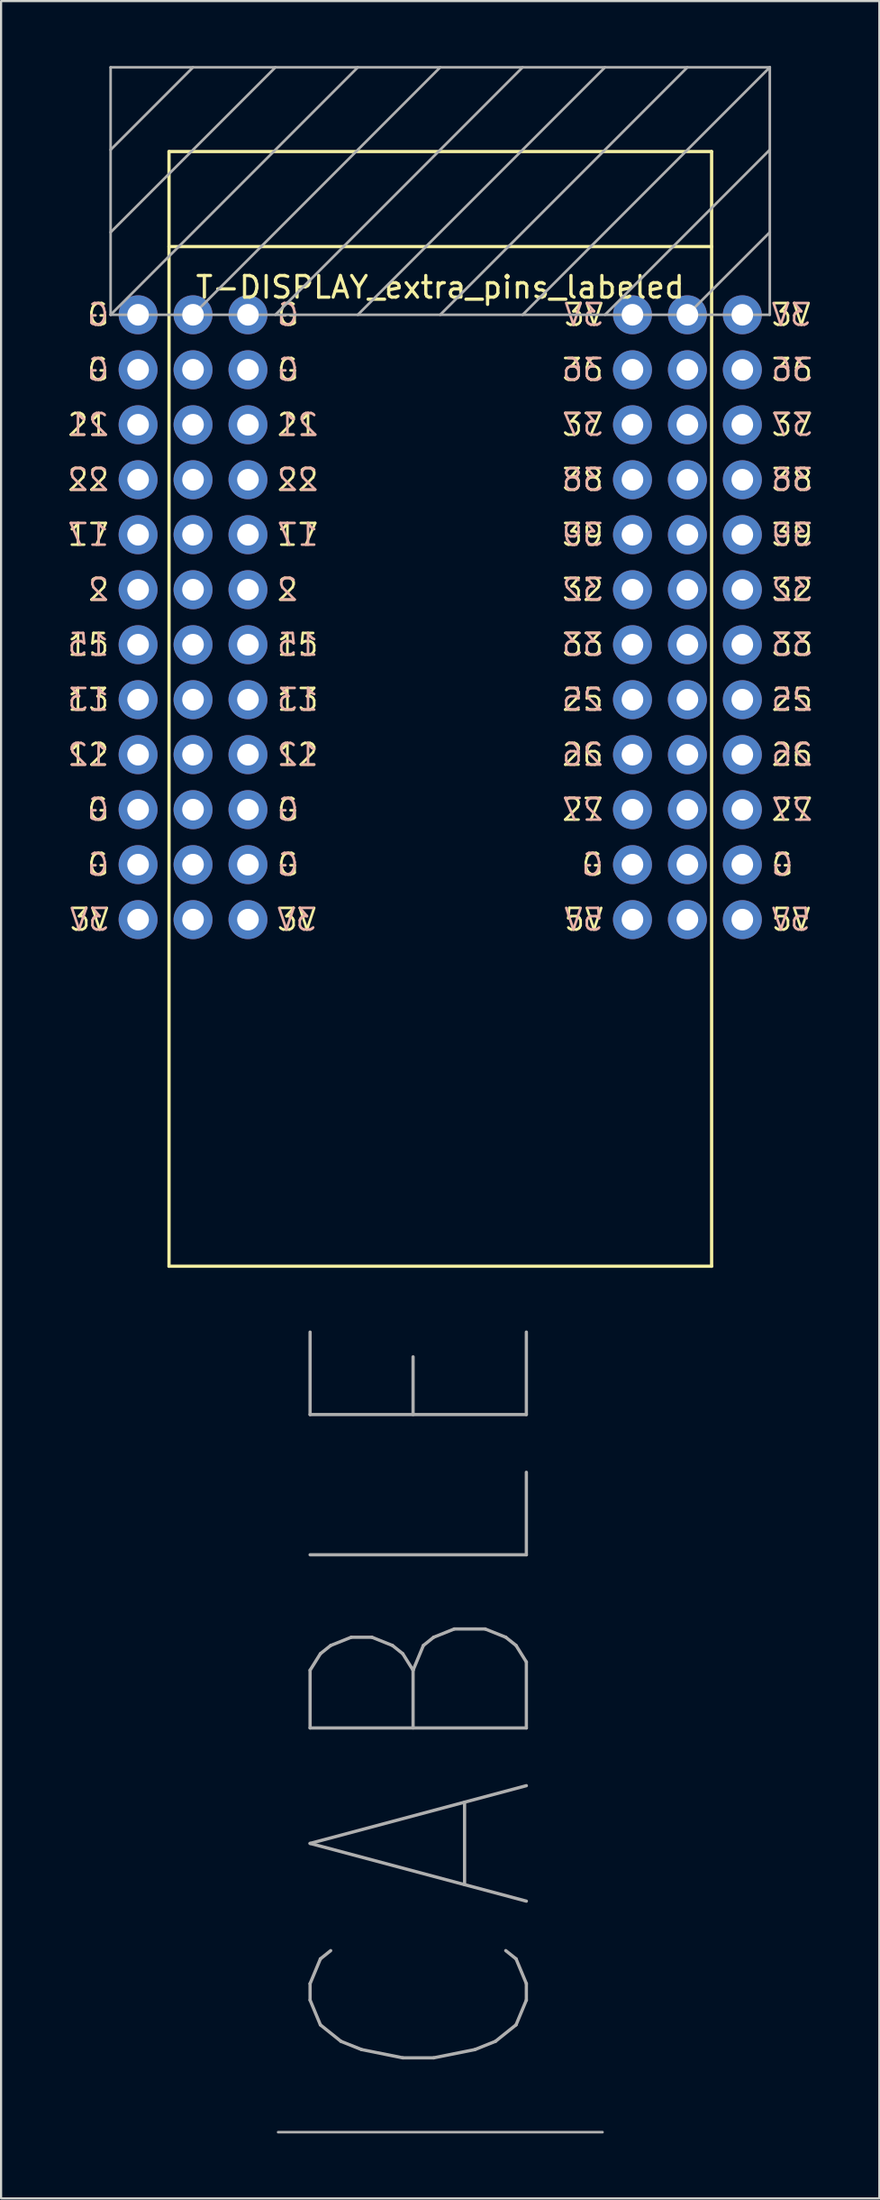
<source format=kicad_pcb>
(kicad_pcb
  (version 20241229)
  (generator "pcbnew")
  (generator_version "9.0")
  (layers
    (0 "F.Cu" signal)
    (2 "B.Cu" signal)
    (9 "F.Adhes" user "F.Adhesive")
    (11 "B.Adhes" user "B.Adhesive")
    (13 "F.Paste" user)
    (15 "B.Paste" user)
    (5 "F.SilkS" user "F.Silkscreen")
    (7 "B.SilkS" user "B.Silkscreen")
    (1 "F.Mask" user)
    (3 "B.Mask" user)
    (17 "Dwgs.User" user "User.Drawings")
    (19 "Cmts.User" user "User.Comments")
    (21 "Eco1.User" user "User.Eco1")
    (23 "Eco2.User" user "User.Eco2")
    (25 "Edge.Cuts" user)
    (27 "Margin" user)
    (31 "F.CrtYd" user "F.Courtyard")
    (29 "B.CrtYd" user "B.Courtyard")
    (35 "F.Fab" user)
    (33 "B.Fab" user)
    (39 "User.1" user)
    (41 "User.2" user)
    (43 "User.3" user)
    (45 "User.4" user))
  (footprint "T-DISPLAY_extra_pins_labeled"
    (layer "F.Cu")
    (at 5.875 11.49)
    (property "Reference" "T-DISPLAY_extra_pins_labeled" (at 11.43 -1.27 0) (layer "F.SilkS") (effects (font (size 1 1) (thickness 0.15))))
    (attr through_hole)
    (fp_line (start -1.11 -7.54) (end -1.11 43.95) (stroke (width 0.15) (type solid)) (layer "F.SilkS"))
    (fp_line (start -1.11 -7.54) (end 23.98 -7.54) (stroke (width 0.15) (type solid)) (layer "F.SilkS"))
    (fp_line (start -1.11 -3.15) (end 23.98 -3.15) (stroke (width 0.15) (type solid)) (layer "F.SilkS"))
    (fp_line (start -1.11 43.95) (end 23.98 43.95) (stroke (width 0.15) (type solid)) (layer "F.SilkS"))
    (fp_line (start 23.98 -7.54) (end 23.98 43.95) (stroke (width 0.15) (type solid)) (layer "F.SilkS"))
    (fp_line (start -3.81 -11.43) (end 26.67 -11.43) (stroke (width 0.12) (type solid)) (layer "F.Fab"))
    (fp_line (start -3.81 -7.62) (end 0 -11.43) (stroke (width 0.12) (type solid)) (layer "F.Fab"))
    (fp_line (start -3.81 -3.81) (end 3.81 -11.43) (stroke (width 0.12) (type solid)) (layer "F.Fab"))
    (fp_line (start -3.81 0) (end -3.81 -11.43) (stroke (width 0.12) (type solid)) (layer "F.Fab"))
    (fp_line (start -3.81 0) (end 7.62 -11.43) (stroke (width 0.12) (type solid)) (layer "F.Fab"))
    (fp_line (start 0 0) (end 11.43 -11.43) (stroke (width 0.12) (type solid)) (layer "F.Fab"))
    (fp_line (start 3.81 0) (end 15.24 -11.43) (stroke (width 0.12) (type solid)) (layer "F.Fab"))
    (fp_line (start 3.935 83.95) (end 18.935 83.95) (stroke (width 0.12) (type solid)) (layer "F.Fab"))
    (fp_line (start 7.62 0) (end 19.05 -11.43) (stroke (width 0.12) (type solid)) (layer "F.Fab"))
    (fp_line (start 15.24 0) (end 26.67 -11.43) (stroke (width 0.12) (type solid)) (layer "F.Fab"))
    (fp_line (start 19.05 0) (end 26.67 -7.62) (stroke (width 0.12) (type solid)) (layer "F.Fab"))
    (fp_line (start 22.86 -11.43) (end 11.43 0) (stroke (width 0.12) (type solid)) (layer "F.Fab"))
    (fp_line (start 22.86 0) (end 26.67 -3.81) (stroke (width 0.12) (type solid)) (layer "F.Fab"))
    (fp_line (start 26.67 -11.43) (end 26.67 0) (stroke (width 0.12) (type solid)) (layer "F.Fab"))
    (fp_line (start 26.67 0) (end -3.81 0) (stroke (width 0.12) (type solid)) (layer "F.Fab"))
    (fp_text user "3V" (at 19.05 0 0) (layer "F.SilkS") (effects (font (size 1 1) (thickness 0.12)) (justify right)))
    (fp_text user "36" (at 19.05 2.54 0) (layer "F.SilkS") (effects (font (size 1 1) (thickness 0.12)) (justify right)))
    (fp_text user "22" (at -3.81 7.62 0) (layer "F.SilkS") (effects (font (size 1 1) (thickness 0.12)) (justify right)))
    (fp_text user "33" (at 19.05 15.24 0) (layer "F.SilkS") (effects (font (size 1 1) (thickness 0.12)) (justify right)))
    (fp_text user "G" (at 3.81 25.4 0) (layer "F.SilkS") (effects (font (size 1 1) (thickness 0.12)) (justify left)))
    (fp_text user "3V" (at -3.81 27.94 0) (layer "F.SilkS") (effects (font (size 1 1) (thickness 0.12)) (justify right)))
    (fp_text user "15" (at -3.81 15.24 0) (layer "F.SilkS") (effects (font (size 1 1) (thickness 0.12)) (justify right)))
    (fp_text user "G" (at -3.81 2.54 0) (layer "F.SilkS") (effects (font (size 1 1) (thickness 0.12)) (justify right)))
    (fp_text user "26" (at 26.67 20.32 0) (layer "F.SilkS") (effects (font (size 1 1) (thickness 0.12)) (justify left)))
    (fp_text user "36" (at 26.67 2.54 0) (layer "F.SilkS") (effects (font (size 1 1) (thickness 0.12)) (justify left)))
    (fp_text user "22" (at 3.81 7.62 0) (layer "F.SilkS") (effects (font (size 1 1) (thickness 0.12)) (justify left)))
    (fp_text user "2" (at 3.81 12.7 0) (layer "F.SilkS") (effects (font (size 1 1) (thickness 0.12)) (justify left)))
    (fp_text user "G" (at 26.67 25.4 0) (layer "F.SilkS") (effects (font (size 1 1) (thickness 0.12)) (justify left)))
    (fp_text user "3V" (at 26.67 0 0) (layer "F.SilkS") (effects (font (size 1 1) (thickness 0.12)) (justify left)))
    (fp_text user "27" (at 19.05 22.86 0) (layer "F.SilkS") (effects (font (size 1 1) (thickness 0.12)) (justify right)))
    (fp_text user "12" (at -3.81 20.32 0) (layer "F.SilkS") (effects (font (size 1 1) (thickness 0.12)) (justify right)))
    (fp_text user "39" (at 19.05 10.16 0) (layer "F.SilkS") (effects (font (size 1 1) (thickness 0.12)) (justify right)))
    (fp_text user "G" (at 3.81 2.54 0) (layer "F.SilkS") (effects (font (size 1 1) (thickness 0.12)) (justify left)))
    (fp_text user "13" (at -3.81 17.78 0) (layer "F.SilkS") (effects (font (size 1 1) (thickness 0.12)) (justify right)))
    (fp_text user "27" (at 26.67 22.86 0) (layer "F.SilkS") (effects (font (size 1 1) (thickness 0.12)) (justify left)))
    (fp_text user "G" (at 19.05 25.4 0) (layer "F.SilkS") (effects (font (size 1 1) (thickness 0.12)) (justify right)))
    (fp_text user "25" (at 19.05 17.78 0) (layer "F.SilkS") (effects (font (size 1 1) (thickness 0.12)) (justify right)))
    (fp_text user "38" (at 26.67 7.62 0) (layer "F.SilkS") (effects (font (size 1 1) (thickness 0.12)) (justify left)))
    (fp_text user "21" (at -3.81 5.08 0) (layer "F.SilkS") (effects (font (size 1 1) (thickness 0.12)) (justify right)))
    (fp_text user "17" (at 3.81 10.16 0) (layer "F.SilkS") (effects (font (size 1 1) (thickness 0.12)) (justify left)))
    (fp_text user "15" (at 3.81 15.24 0) (layer "F.SilkS") (effects (font (size 1 1) (thickness 0.12)) (justify left)))
    (fp_text user "39" (at 26.67 10.16 0) (layer "F.SilkS") (effects (font (size 1 1) (thickness 0.12)) (justify left)))
    (fp_text user "38" (at 19.05 7.62 0) (layer "F.SilkS") (effects (font (size 1 1) (thickness 0.12)) (justify right)))
    (fp_text user "G" (at -3.81 25.4 0) (layer "F.SilkS") (effects (font (size 1 1) (thickness 0.12)) (justify right)))
    (fp_text user "2" (at -3.81 12.7 0) (layer "F.SilkS") (effects (font (size 1 1) (thickness 0.12)) (justify right)))
    (fp_text user "3V" (at 3.81 27.94 0) (layer "F.SilkS") (effects (font (size 1 1) (thickness 0.12)) (justify left)))
    (fp_text user "5V" (at 26.67 27.94 0) (layer "F.SilkS") (effects (font (size 1 1) (thickness 0.12)) (justify left)))
    (fp_text user "26" (at 19.05 20.32 0) (layer "F.SilkS") (effects (font (size 1 1) (thickness 0.12)) (justify right)))
    (fp_text user "G" (at -3.81 22.86 0) (layer "F.SilkS") (effects (font (size 1 1) (thickness 0.12)) (justify right)))
    (fp_text user "33" (at 26.67 15.24 0) (layer "F.SilkS") (effects (font (size 1 1) (thickness 0.12)) (justify left)))
    (fp_text user "G" (at 3.81 22.86 0) (layer "F.SilkS") (effects (font (size 1 1) (thickness 0.12)) (justify left)))
    (fp_text user "21" (at 3.81 5.08 0) (layer "F.SilkS") (effects (font (size 1 1) (thickness 0.12)) (justify left)))
    (fp_text user "12" (at 3.81 20.32 0) (layer "F.SilkS") (effects (font (size 1 1) (thickness 0.12)) (justify left)))
    (fp_text user "5V" (at 19.05 27.94 0) (layer "F.SilkS") (effects (font (size 1 1) (thickness 0.12)) (justify right)))
    (fp_text user "G" (at 3.81 0 0) (layer "F.SilkS") (effects (font (size 1 1) (thickness 0.12)) (justify left)))
    (fp_text user "37" (at 19.05 5.08 0) (layer "F.SilkS") (effects (font (size 1 1) (thickness 0.12)) (justify right)))
    (fp_text user "17" (at -3.81 10.16 0) (layer "F.SilkS") (effects (font (size 1 1) (thickness 0.12)) (justify right)))
    (fp_text user "32" (at 19.05 12.7 0) (layer "F.SilkS") (effects (font (size 1 1) (thickness 0.12)) (justify right)))
    (fp_text user "G" (at -3.81 0 0) (layer "F.SilkS") (effects (font (size 1 1) (thickness 0.12)) (justify right)))
    (fp_text user "25" (at 26.67 17.78 0) (layer "F.SilkS") (effects (font (size 1 1) (thickness 0.12)) (justify left)))
    (fp_text user "32" (at 26.67 12.7 0) (layer "F.SilkS") (effects (font (size 1 1) (thickness 0.12)) (justify left)))
    (fp_text user "13" (at 3.81 17.78 0) (layer "F.SilkS") (effects (font (size 1 1) (thickness 0.12)) (justify left)))
    (fp_text user "37" (at 26.67 5.08 0) (layer "F.SilkS") (effects (font (size 1 1) (thickness 0.12)) (justify left)))
    (fp_text user "15" (at -3.81 15.24 0) (layer "B.SilkS") (effects (font (size 1 1) (thickness 0.12)) (justify left mirror)))
    (fp_text user "15" (at 3.81 15.24 0) (layer "B.SilkS") (effects (font (size 1 1) (thickness 0.12)) (justify right mirror)))
    (fp_text user "26" (at 26.67 20.32 0) (layer "B.SilkS") (effects (font (size 1 1) (thickness 0.12)) (justify right mirror)))
    (fp_text user "33" (at 19.05 15.24 0) (layer "B.SilkS") (effects (font (size 1 1) (thickness 0.12)) (justify left mirror)))
    (fp_text user "3V" (at 3.81 27.94 0) (layer "B.SilkS") (effects (font (size 1 1) (thickness 0.12)) (justify right mirror)))
    (fp_text user "G" (at -3.81 25.4 0) (layer "B.SilkS") (effects (font (size 1 1) (thickness 0.12)) (justify left mirror)))
    (fp_text user "21" (at -3.81 5.08 0) (layer "B.SilkS") (effects (font (size 1 1) (thickness 0.12)) (justify left mirror)))
    (fp_text user "G" (at -3.81 0 0) (layer "B.SilkS") (effects (font (size 1 1) (thickness 0.12)) (justify left mirror)))
    (fp_text user "2" (at -3.81 12.7 0) (layer "B.SilkS") (effects (font (size 1 1) (thickness 0.12)) (justify left mirror)))
    (fp_text user "2" (at 3.81 12.7 0) (layer "B.SilkS") (effects (font (size 1 1) (thickness 0.12)) (justify right mirror)))
    (fp_text user "13" (at -3.81 17.78 0) (layer "B.SilkS") (effects (font (size 1 1) (thickness 0.12)) (justify left mirror)))
    (fp_text user "27" (at 19.05 22.86 0) (layer "B.SilkS") (effects (font (size 1 1) (thickness 0.12)) (justify left mirror)))
    (fp_text user "3V" (at 26.67 0 0) (layer "B.SilkS") (effects (font (size 1 1) (thickness 0.12)) (justify right mirror)))
    (fp_text user "25" (at 19.05 17.78 0) (layer "B.SilkS") (effects (font (size 1 1) (thickness 0.12)) (justify left mirror)))
    (fp_text user "G" (at 3.81 0 0) (layer "B.SilkS") (effects (font (size 1 1) (thickness 0.12)) (justify right mirror)))
    (fp_text user "G" (at 3.81 25.4 0) (layer "B.SilkS") (effects (font (size 1 1) (thickness 0.12)) (justify right mirror)))
    (fp_text user "27" (at 26.67 22.86 0) (layer "B.SilkS") (effects (font (size 1 1) (thickness 0.12)) (justify right mirror)))
    (fp_text user "38" (at 19.05 7.62 0) (layer "B.SilkS") (effects (font (size 1 1) (thickness 0.12)) (justify left mirror)))
    (fp_text user "12" (at -3.81 20.32 0) (layer "B.SilkS") (effects (font (size 1 1) (thickness 0.12)) (justify left mirror)))
    (fp_text user "21" (at 3.81 5.08 0) (layer "B.SilkS") (effects (font (size 1 1) (thickness 0.12)) (justify right mirror)))
    (fp_text user "G" (at 3.81 22.86 0) (layer "B.SilkS") (effects (font (size 1 1) (thickness 0.12)) (justify right mirror)))
    (fp_text user "22" (at -3.81 7.62 0) (layer "B.SilkS") (effects (font (size 1 1) (thickness 0.12)) (justify left mirror)))
    (fp_text user "17" (at -3.81 10.16 0) (layer "B.SilkS") (effects (font (size 1 1) (thickness 0.12)) (justify left mirror)))
    (fp_text user "39" (at 19.05 10.16 0) (layer "B.SilkS") (effects (font (size 1 1) (thickness 0.12)) (justify left mirror)))
    (fp_text user "G" (at -3.81 22.86 0) (layer "B.SilkS") (effects (font (size 1 1) (thickness 0.12)) (justify left mirror)))
    (fp_text user "33" (at 26.67 15.24 0) (layer "B.SilkS") (effects (font (size 1 1) (thickness 0.12)) (justify right mirror)))
    (fp_text user "3V" (at -3.81 27.94 0) (layer "B.SilkS") (effects (font (size 1 1) (thickness 0.12)) (justify left mirror)))
    (fp_text user "G" (at -3.81 2.54 0) (layer "B.SilkS") (effects (font (size 1 1) (thickness 0.12)) (justify left mirror)))
    (fp_text user "37" (at 26.67 5.08 0) (layer "B.SilkS") (effects (font (size 1 1) (thickness 0.12)) (justify right mirror)))
    (fp_text user "22" (at 3.81 7.62 0) (layer "B.SilkS") (effects (font (size 1 1) (thickness 0.12)) (justify right mirror)))
    (fp_text user "32" (at 26.67 12.7 0) (layer "B.SilkS") (effects (font (size 1 1) (thickness 0.12)) (justify right mirror)))
    (fp_text user "5V" (at 26.67 27.94 0) (layer "B.SilkS") (effects (font (size 1 1) (thickness 0.12)) (justify right mirror)))
    (fp_text user "39" (at 26.67 10.16 0) (layer "B.SilkS") (effects (font (size 1 1) (thickness 0.12)) (justify right mirror)))
    (fp_text user "5V" (at 19.05 27.94 0) (layer "B.SilkS") (effects (font (size 1 1) (thickness 0.12)) (justify left mirror)))
    (fp_text user "38" (at 26.67 7.62 0) (layer "B.SilkS") (effects (font (size 1 1) (thickness 0.12)) (justify right mirror)))
    (fp_text user "12" (at 3.81 20.32 0) (layer "B.SilkS") (effects (font (size 1 1) (thickness 0.12)) (justify right mirror)))
    (fp_text user "26" (at 19.05 20.32 0) (layer "B.SilkS") (effects (font (size 1 1) (thickness 0.12)) (justify left mirror)))
    (fp_text user "25" (at 26.67 17.78 0) (layer "B.SilkS") (effects (font (size 1 1) (thickness 0.12)) (justify right mirror)))
    (fp_text user "37" (at 19.05 5.08 0) (layer "B.SilkS") (effects (font (size 1 1) (thickness 0.12)) (justify left mirror)))
    (fp_text user "36" (at 19.05 2.54 0) (layer "B.SilkS") (effects (font (size 1 1) (thickness 0.12)) (justify left mirror)))
    (fp_text user "17" (at 3.81 10.16 0) (layer "B.SilkS") (effects (font (size 1 1) (thickness 0.12)) (justify right mirror)))
    (fp_text user "G" (at 26.67 25.4 0) (layer "B.SilkS") (effects (font (size 1 1) (thickness 0.12)) (justify right mirror)))
    (fp_text user "36" (at 26.67 2.54 0) (layer "B.SilkS") (effects (font (size 1 1) (thickness 0.12)) (justify right mirror)))
    (fp_text user "3V" (at 19.05 0 0) (layer "B.SilkS") (effects (font (size 1 1) (thickness 0.12)) (justify left mirror)))
    (fp_text user "G" (at 3.81 2.54 0) (layer "B.SilkS") (effects (font (size 1 1) (thickness 0.12)) (justify right mirror)))
    (fp_text user "32" (at 19.05 12.7 0) (layer "B.SilkS") (effects (font (size 1 1) (thickness 0.12)) (justify left mirror)))
    (fp_text user "G" (at 19.05 25.4 0) (layer "B.SilkS") (effects (font (size 1 1) (thickness 0.12)) (justify left mirror)))
    (fp_text user "13" (at 3.81 17.78 0) (layer "B.SilkS") (effects (font (size 1 1) (thickness 0.12)) (justify right mirror)))
    (fp_text user "CABLE" (at 10.795 63.754 270) (layer "F.Fab") (effects (font (size 10 8) (thickness 0.15))))
    (pad "1" thru_hole circle (at -2.54 0) (size 1.8 1.8) (drill 1) (layers "*.Cu" "*.Mask"))
    (pad "1" thru_hole circle (at 0 0) (size 1.8 1.8) (drill 1) (layers "*.Cu" "*.Mask"))
    (pad "1" thru_hole circle (at 2.54 0) (size 1.8 1.8) (drill 1) (layers "*.Cu" "*.Mask"))
    (pad "2" thru_hole circle (at -2.54 2.54) (size 1.8 1.8) (drill 1) (layers "*.Cu" "*.Mask"))
    (pad "2" thru_hole circle (at 0 2.54) (size 1.8 1.8) (drill 1) (layers "*.Cu" "*.Mask"))
    (pad "2" thru_hole circle (at 2.54 2.54) (size 1.8 1.8) (drill 1) (layers "*.Cu" "*.Mask"))
    (pad "3" thru_hole circle (at -2.54 5.08) (size 1.8 1.8) (drill 1) (layers "*.Cu" "*.Mask"))
    (pad "3" thru_hole circle (at 0 5.08) (size 1.8 1.8) (drill 1) (layers "*.Cu" "*.Mask"))
    (pad "3" thru_hole circle (at 2.54 5.08) (size 1.8 1.8) (drill 1) (layers "*.Cu" "*.Mask"))
    (pad "4" thru_hole circle (at -2.54 7.62) (size 1.8 1.8) (drill 1) (layers "*.Cu" "*.Mask"))
    (pad "4" thru_hole circle (at 0 7.62) (size 1.8 1.8) (drill 1) (layers "*.Cu" "*.Mask"))
    (pad "4" thru_hole circle (at 2.54 7.62) (size 1.8 1.8) (drill 1) (layers "*.Cu" "*.Mask"))
    (pad "5" thru_hole circle (at -2.54 10.16) (size 1.8 1.8) (drill 1) (layers "*.Cu" "*.Mask"))
    (pad "5" thru_hole circle (at 0 10.16) (size 1.8 1.8) (drill 1) (layers "*.Cu" "*.Mask"))
    (pad "5" thru_hole circle (at 2.54 10.16) (size 1.8 1.8) (drill 1) (layers "*.Cu" "*.Mask"))
    (pad "6" thru_hole circle (at -2.54 12.7) (size 1.8 1.8) (drill 1) (layers "*.Cu" "*.Mask"))
    (pad "6" thru_hole circle (at 0 12.7) (size 1.8 1.8) (drill 1) (layers "*.Cu" "*.Mask"))
    (pad "6" thru_hole circle (at 2.54 12.7) (size 1.8 1.8) (drill 1) (layers "*.Cu" "*.Mask"))
    (pad "7" thru_hole circle (at -2.54 15.24) (size 1.8 1.8) (drill 1) (layers "*.Cu" "*.Mask"))
    (pad "7" thru_hole circle (at 0 15.24) (size 1.8 1.8) (drill 1) (layers "*.Cu" "*.Mask"))
    (pad "7" thru_hole circle (at 2.54 15.24) (size 1.8 1.8) (drill 1) (layers "*.Cu" "*.Mask"))
    (pad "8" thru_hole circle (at -2.54 17.78) (size 1.8 1.8) (drill 1) (layers "*.Cu" "*.Mask"))
    (pad "8" thru_hole circle (at 0 17.78) (size 1.8 1.8) (drill 1) (layers "*.Cu" "*.Mask"))
    (pad "8" thru_hole circle (at 2.54 17.78) (size 1.8 1.8) (drill 1) (layers "*.Cu" "*.Mask"))
    (pad "9" thru_hole circle (at -2.54 20.32) (size 1.8 1.8) (drill 1) (layers "*.Cu" "*.Mask"))
    (pad "9" thru_hole circle (at 0 20.32) (size 1.8 1.8) (drill 1) (layers "*.Cu" "*.Mask"))
    (pad "9" thru_hole circle (at 2.54 20.32) (size 1.8 1.8) (drill 1) (layers "*.Cu" "*.Mask"))
    (pad "10" thru_hole circle (at -2.54 22.86) (size 1.8 1.8) (drill 1) (layers "*.Cu" "*.Mask"))
    (pad "10" thru_hole circle (at 0 22.86) (size 1.8 1.8) (drill 1) (layers "*.Cu" "*.Mask"))
    (pad "10" thru_hole circle (at 2.54 22.86) (size 1.8 1.8) (drill 1) (layers "*.Cu" "*.Mask"))
    (pad "11" thru_hole circle (at -2.54 25.4) (size 1.8 1.8) (drill 1) (layers "*.Cu" "*.Mask"))
    (pad "11" thru_hole circle (at 0 25.4) (size 1.8 1.8) (drill 1) (layers "*.Cu" "*.Mask"))
    (pad "11" thru_hole circle (at 2.54 25.4) (size 1.8 1.8) (drill 1) (layers "*.Cu" "*.Mask"))
    (pad "12" thru_hole circle (at -2.54 27.94) (size 1.8 1.8) (drill 1) (layers "*.Cu" "*.Mask"))
    (pad "12" thru_hole circle (at 0 27.94) (size 1.8 1.8) (drill 1) (layers "*.Cu" "*.Mask"))
    (pad "12" thru_hole circle (at 2.54 27.94) (size 1.8 1.8) (drill 1) (layers "*.Cu" "*.Mask"))
    (pad "13" thru_hole circle (at 20.32 27.94) (size 1.8 1.8) (drill 1) (layers "*.Cu" "*.Mask"))
    (pad "13" thru_hole circle (at 22.86 27.94) (size 1.8 1.8) (drill 1) (layers "*.Cu" "*.Mask"))
    (pad "13" thru_hole circle (at 25.4 27.94) (size 1.8 1.8) (drill 1) (layers "*.Cu" "*.Mask"))
    (pad "14" thru_hole circle (at 20.32 25.4) (size 1.8 1.8) (drill 1) (layers "*.Cu" "*.Mask"))
    (pad "14" thru_hole circle (at 22.86 25.4) (size 1.8 1.8) (drill 1) (layers "*.Cu" "*.Mask"))
    (pad "14" thru_hole circle (at 25.4 25.4) (size 1.8 1.8) (drill 1) (layers "*.Cu" "*.Mask"))
    (pad "15" thru_hole circle (at 20.32 22.86) (size 1.8 1.8) (drill 1) (layers "*.Cu" "*.Mask"))
    (pad "15" thru_hole circle (at 22.86 22.86) (size 1.8 1.8) (drill 1) (layers "*.Cu" "*.Mask"))
    (pad "15" thru_hole circle (at 25.4 22.86) (size 1.8 1.8) (drill 1) (layers "*.Cu" "*.Mask"))
    (pad "16" thru_hole circle (at 20.32 20.32) (size 1.8 1.8) (drill 1) (layers "*.Cu" "*.Mask"))
    (pad "16" thru_hole circle (at 22.86 20.32) (size 1.8 1.8) (drill 1) (layers "*.Cu" "*.Mask"))
    (pad "16" thru_hole circle (at 25.4 20.32) (size 1.8 1.8) (drill 1) (layers "*.Cu" "*.Mask"))
    (pad "17" thru_hole circle (at 20.32 17.78) (size 1.8 1.8) (drill 1) (layers "*.Cu" "*.Mask"))
    (pad "17" thru_hole circle (at 22.86 17.78) (size 1.8 1.8) (drill 1) (layers "*.Cu" "*.Mask"))
    (pad "17" thru_hole circle (at 25.4 17.78) (size 1.8 1.8) (drill 1) (layers "*.Cu" "*.Mask"))
    (pad "18" thru_hole circle (at 20.32 15.24) (size 1.8 1.8) (drill 1) (layers "*.Cu" "*.Mask"))
    (pad "18" thru_hole circle (at 22.86 15.24) (size 1.8 1.8) (drill 1) (layers "*.Cu" "*.Mask"))
    (pad "18" thru_hole circle (at 25.4 15.24) (size 1.8 1.8) (drill 1) (layers "*.Cu" "*.Mask"))
    (pad "19" thru_hole circle (at 20.32 12.7) (size 1.8 1.8) (drill 1) (layers "*.Cu" "*.Mask"))
    (pad "19" thru_hole circle (at 22.86 12.7) (size 1.8 1.8) (drill 1) (layers "*.Cu" "*.Mask"))
    (pad "19" thru_hole circle (at 25.4 12.7) (size 1.8 1.8) (drill 1) (layers "*.Cu" "*.Mask"))
    (pad "20" thru_hole circle (at 20.32 10.16) (size 1.8 1.8) (drill 1) (layers "*.Cu" "*.Mask"))
    (pad "20" thru_hole circle (at 22.86 10.16) (size 1.8 1.8) (drill 1) (layers "*.Cu" "*.Mask"))
    (pad "20" thru_hole circle (at 25.4 10.16) (size 1.8 1.8) (drill 1) (layers "*.Cu" "*.Mask"))
    (pad "21" thru_hole circle (at 20.32 7.62) (size 1.8 1.8) (drill 1) (layers "*.Cu" "*.Mask"))
    (pad "21" thru_hole circle (at 22.86 7.62) (size 1.8 1.8) (drill 1) (layers "*.Cu" "*.Mask"))
    (pad "21" thru_hole circle (at 25.4 7.62) (size 1.8 1.8) (drill 1) (layers "*.Cu" "*.Mask"))
    (pad "22" thru_hole circle (at 20.32 5.08) (size 1.8 1.8) (drill 1) (layers "*.Cu" "*.Mask"))
    (pad "22" thru_hole circle (at 22.86 5.08) (size 1.8 1.8) (drill 1) (layers "*.Cu" "*.Mask"))
    (pad "22" thru_hole circle (at 25.4 5.08) (size 1.8 1.8) (drill 1) (layers "*.Cu" "*.Mask"))
    (pad "23" thru_hole circle (at 20.32 2.54) (size 1.8 1.8) (drill 1) (layers "*.Cu" "*.Mask"))
    (pad "23" thru_hole circle (at 22.86 2.54) (size 1.8 1.8) (drill 1) (layers "*.Cu" "*.Mask"))
    (pad "23" thru_hole circle (at 25.4 2.54) (size 1.8 1.8) (drill 1) (layers "*.Cu" "*.Mask"))
    (pad "24" thru_hole circle (at 20.32 0) (size 1.8 1.8) (drill 1) (layers "*.Cu" "*.Mask"))
    (pad "24" thru_hole circle (at 22.86 0) (size 1.8 1.8) (drill 1) (layers "*.Cu" "*.Mask"))
    (pad "24" thru_hole circle (at 25.4 0) (size 1.8 1.8) (drill 1) (layers "*.Cu" "*.Mask")))
  (gr_rect
    (start -3 -3)
    (end 37.61 98.5)
    (stroke (width 0.1) (type default))
    (fill no)
    (layer "Edge.Cuts")))
</source>
